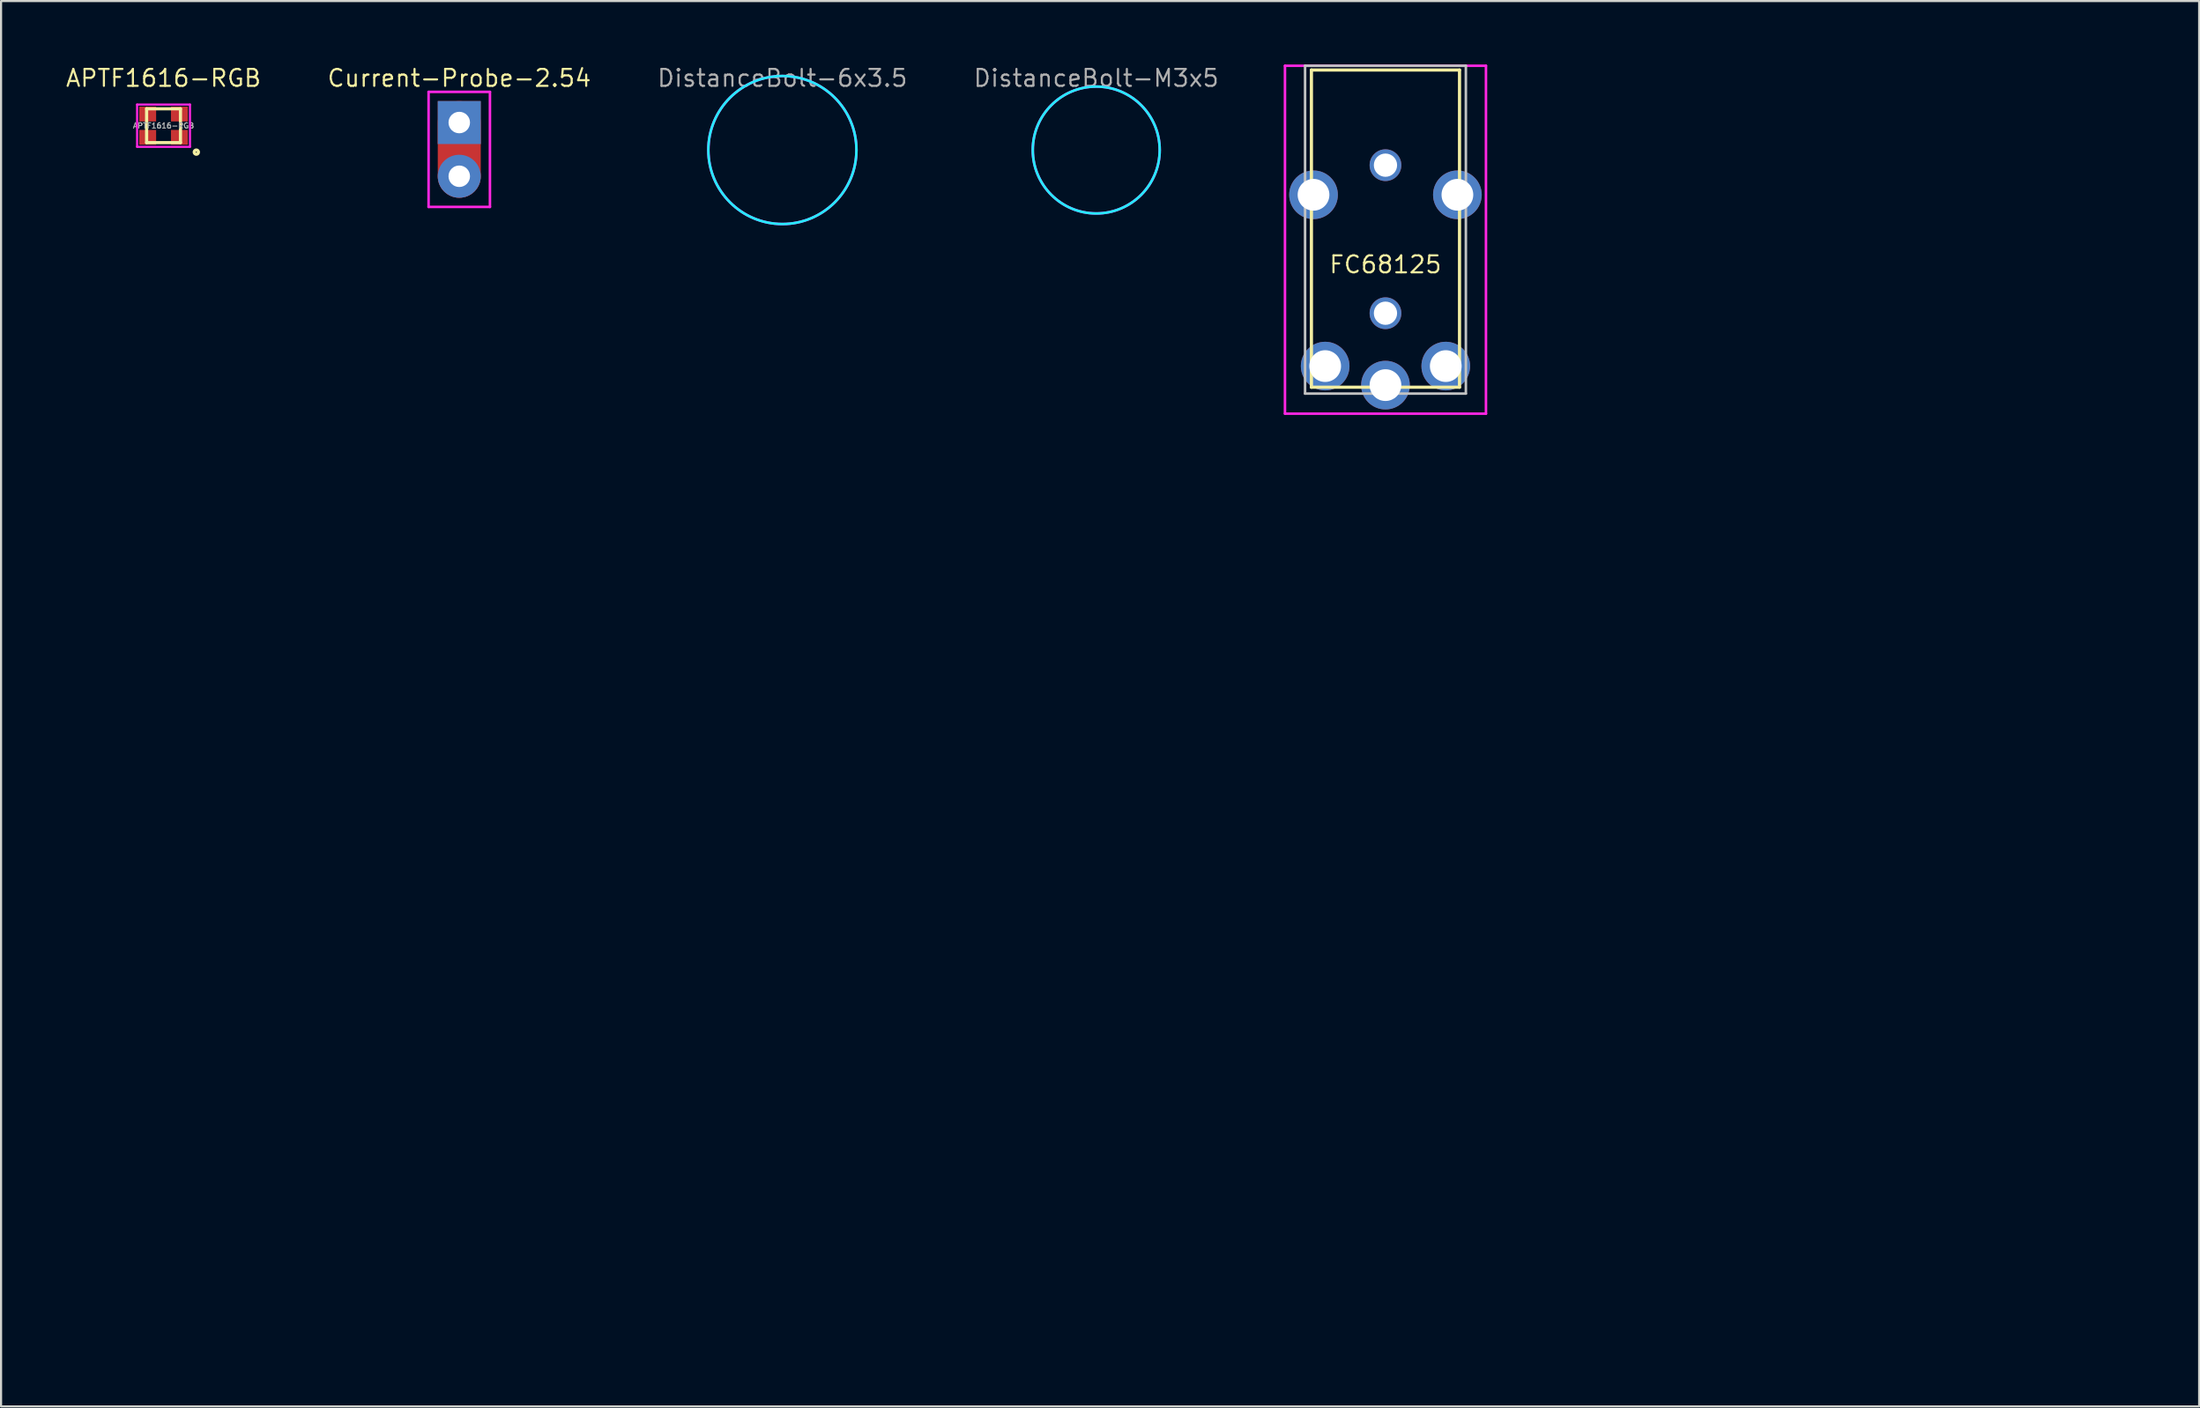
<source format=kicad_pcb>
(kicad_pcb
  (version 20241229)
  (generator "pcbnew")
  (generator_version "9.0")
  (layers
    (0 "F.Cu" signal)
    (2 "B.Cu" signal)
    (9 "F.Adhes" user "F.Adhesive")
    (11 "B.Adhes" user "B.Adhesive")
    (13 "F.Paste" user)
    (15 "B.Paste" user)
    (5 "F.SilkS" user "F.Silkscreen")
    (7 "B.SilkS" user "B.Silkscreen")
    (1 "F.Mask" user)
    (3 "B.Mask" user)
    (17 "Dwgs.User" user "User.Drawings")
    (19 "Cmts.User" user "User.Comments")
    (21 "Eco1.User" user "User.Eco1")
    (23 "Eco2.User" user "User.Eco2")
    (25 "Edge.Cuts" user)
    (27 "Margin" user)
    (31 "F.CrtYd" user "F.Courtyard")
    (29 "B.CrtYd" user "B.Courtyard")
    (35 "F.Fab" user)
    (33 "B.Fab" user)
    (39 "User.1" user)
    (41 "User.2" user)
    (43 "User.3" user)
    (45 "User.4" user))
  (footprint "DistanceBolt-6x3.5"
    (layer "F.Cu")
    (at 33.931 4.043)
    (property "Reference" "DistanceBolt-6x3.5" (at 0 -3.4 0) (layer "F.Fab") (effects (font (size 0.8 0.8) (thickness 0.1))))
    (attr through_hole)
    (fp_circle (center 0 0) (end 3.5 0) (stroke (width 0.12) (type solid)) (fill no) (layer "B.CrtYd"))
    (fp_circle (center 0 0) (end 3.5 0) (stroke (width 0.12) (type solid)) (fill no) (layer "F.CrtYd")))
  (footprint "FC68125"
    (layer "F.Cu")
    (at 62.437 11.76)
    (property "Reference" "FC68125" (at 0 -2.3 0) (layer "F.SilkS") (effects (font (size 0.8 0.8) (thickness 0.1))))
    (attr through_hole)
    (fp_line (start -3.5 -11.5) (end 3.5 -11.5) (stroke (width 0.15) (type solid)) (layer "F.SilkS"))
    (fp_line (start -3.5 3.5) (end -3.5 -11.5) (stroke (width 0.15) (type solid)) (layer "F.SilkS"))
    (fp_line (start 3.5 -11.5) (end 3.5 3.5) (stroke (width 0.15) (type solid)) (layer "F.SilkS"))
    (fp_line (start 3.5 3.5) (end -3.5 3.5) (stroke (width 0.15) (type solid)) (layer "F.SilkS"))
    (fp_line (start -3.8 -11.7) (end 3.8 -11.7) (stroke (width 0.12) (type solid)) (layer "Dwgs.User"))
    (fp_line (start -3.8 3.8) (end -3.8 -11.7) (stroke (width 0.12) (type solid)) (layer "Dwgs.User"))
    (fp_line (start 3.8 -11.7) (end 3.8 3.8) (stroke (width 0.12) (type solid)) (layer "Dwgs.User"))
    (fp_line (start 3.8 3.8) (end -3.8 3.8) (stroke (width 0.12) (type solid)) (layer "Dwgs.User"))
    (fp_line (start -4.75 -11.7) (end 4.75 -11.7) (stroke (width 0.12) (type solid)) (layer "F.CrtYd"))
    (fp_line (start -4.75 4.75) (end -4.75 -11.7) (stroke (width 0.12) (type solid)) (layer "F.CrtYd"))
    (fp_line (start 4.75 -11.7) (end 4.75 4.75) (stroke (width 0.12) (type solid)) (layer "F.CrtYd"))
    (fp_line (start 4.75 4.75) (end -4.75 4.75) (stroke (width 0.12) (type solid)) (layer "F.CrtYd"))
    (pad "" thru_hole circle (at 0 -7) (size 1.5 1.5) (drill 1.1) (layers "*.Cu" "*.Mask"))
    (pad "" thru_hole circle (at 0 0) (size 1.5 1.5) (drill 1.1) (layers "*.Cu" "*.Mask"))
    (pad "1" thru_hole circle (at 0 3.4) (size 2.3 2.3) (drill 1.5) (layers "*.Cu" "*.Mask"))
    (pad "2" thru_hole circle (at 2.85 2.5) (size 2.3 2.3) (drill 1.5) (layers "*.Cu" "*.Mask"))
    (pad "3" thru_hole circle (at -3.4 -5.6) (size 2.3 2.3) (drill 1.5) (layers "*.Cu" "*.Mask"))
    (pad "3" thru_hole circle (at 3.4 -5.6) (size 2.3 2.3) (drill 1.5) (layers "*.Cu" "*.Mask"))
    (pad "6" thru_hole circle (at -2.85 2.5) (size 2.3 2.3) (drill 1.5) (layers "*.Cu" "*.Mask")))
  (footprint "DistanceBolt-M3x5"
    (layer "F.Cu")
    (at 48.766 4.043)
    (property "Reference" "DistanceBolt-M3x5" (at 0 -3.4 0) (layer "F.Fab") (effects (font (size 0.8 0.8) (thickness 0.1))))
    (attr through_hole)
    (fp_circle (center 0 0) (end 3 0) (stroke (width 0.12) (type solid)) (fill no) (layer "B.CrtYd"))
    (fp_circle (center 0 0) (end 3 0) (stroke (width 0.12) (type solid)) (fill no) (layer "F.CrtYd")))
  (footprint "Keycap-R1-1x1"
    (layer "F.Cu")
    (at 70.375 30.225)
    (property "Reference" "Keycap-R1-1x1" (at 0 0.5 0) (layer "Eco1.User") (effects (font (size 0.8 0.8) (thickness 0.1))))
    (attr through_hole)
    (fp_line (start -9 -9) (end 9 -9) (stroke (width 0.15) (type solid)) (layer "Eco1.User"))
    (fp_line (start -9 9) (end -9 -9) (stroke (width 0.15) (type solid)) (layer "Eco1.User"))
    (fp_line (start -2 -6) (end 0 -8) (stroke (width 0.12) (type solid)) (layer "Eco1.User"))
    (fp_line (start 0 -8) (end 0 -2) (stroke (width 0.12) (type solid)) (layer "Eco1.User"))
    (fp_line (start 0 -8) (end 2 -6) (stroke (width 0.12) (type solid)) (layer "Eco1.User"))
    (fp_line (start 9 -9) (end 9 9) (stroke (width 0.15) (type solid)) (layer "Eco1.User"))
    (fp_line (start 9 9) (end -9 9) (stroke (width 0.15) (type solid)) (layer "Eco1.User")))
  (footprint "APTF1616-RGB"
    (layer "F.Cu")
    (at 4.68 2.893)
    (property "Reference" "APTF1616-RGB" (at 0 -2.25 0) (layer "F.SilkS") (effects (font (size 0.8 0.8) (thickness 0.1))))
    (attr smd)
    (fp_line (start -0.8 0.8) (end -0.8 -0.8) (stroke (width 0.15) (type solid)) (layer "F.SilkS"))
    (fp_line (start 0.8 -0.8) (end -0.8 -0.8) (stroke (width 0.15) (type solid)) (layer "F.SilkS"))
    (fp_line (start 0.8 -0.8) (end 0.8 0.8) (stroke (width 0.15) (type solid)) (layer "F.SilkS"))
    (fp_line (start 0.8 0.8) (end -0.8 0.8) (stroke (width 0.15) (type solid)) (layer "F.SilkS"))
    (fp_circle (center 1.55 1.25) (end 1.65 1.25) (stroke (width 0.15) (type solid)) (fill no) (layer "F.SilkS"))
    (fp_line (start -1.25 -1) (end 1.25 -1) (stroke (width 0.1) (type solid)) (layer "F.CrtYd"))
    (fp_line (start -1.25 1) (end -1.25 -1) (stroke (width 0.1) (type solid)) (layer "F.CrtYd"))
    (fp_line (start 1.25 -1) (end 1.25 1) (stroke (width 0.1) (type solid)) (layer "F.CrtYd"))
    (fp_line (start 1.25 1) (end -1.25 1) (stroke (width 0.1) (type solid)) (layer "F.CrtYd"))
    (fp_text user "${REFERENCE}" (at 0 0 0) (layer "F.Fab") (effects (font (size 0.25 0.25) (thickness 0.05))))
    (pad "1" smd rect (at 0.75 0.55) (size 0.8 0.7) (layers "F.Cu" "F.Mask" "F.Paste"))
    (pad "2" smd rect (at -0.75 0.55) (size 0.8 0.7) (layers "F.Cu" "F.Mask" "F.Paste"))
    (pad "3" smd rect (at -0.75 -0.55) (size 0.8 0.7) (layers "F.Cu" "F.Mask" "F.Paste"))
    (pad "4" smd rect (at 0.75 -0.55) (size 0.8 0.7) (layers "F.Cu" "F.Mask" "F.Paste")))
  (footprint "Keycap-R1-2x1"
    (layer "F.Cu")
    (at 72.975 51.375)
    (property "Reference" "Keycap-R1-2x1" (at 0 0.5 0) (layer "Eco1.User") (effects (font (size 0.8 0.8) (thickness 0.1))))
    (attr through_hole)
    (fp_line (start -18.5 -9) (end 18.5 -9) (stroke (width 0.15) (type solid)) (layer "Eco1.User"))
    (fp_line (start -18.5 9) (end -18.5 -9) (stroke (width 0.15) (type solid)) (layer "Eco1.User"))
    (fp_line (start -2 -6) (end 0 -8) (stroke (width 0.12) (type solid)) (layer "Eco1.User"))
    (fp_line (start 0 -8) (end 0 -2) (stroke (width 0.12) (type solid)) (layer "Eco1.User"))
    (fp_line (start 0 -8) (end 2 -6) (stroke (width 0.12) (type solid)) (layer "Eco1.User"))
    (fp_line (start 18.5 -9) (end 18.5 9) (stroke (width 0.15) (type solid)) (layer "Eco1.User"))
    (fp_line (start 18.5 9) (end -18.5 9) (stroke (width 0.15) (type solid)) (layer "Eco1.User")))
  (footprint "Keycap-R1-2.75x1"
    (layer "F.Cu")
    (at 25.7 51.375)
    (property "Reference" "Keycap-R1-2.75x1" (at 0 0.5 0) (layer "Eco1.User") (effects (font (size 0.8 0.8) (thickness 0.1))))
    (attr through_hole)
    (fp_line (start -25.625 -9) (end 25.625 -9) (stroke (width 0.15) (type solid)) (layer "Eco1.User"))
    (fp_line (start -25.625 9) (end -25.625 -9) (stroke (width 0.15) (type solid)) (layer "Eco1.User"))
    (fp_line (start -2 -6) (end 0 -8) (stroke (width 0.12) (type solid)) (layer "Eco1.User"))
    (fp_line (start 0 -8) (end 0 -2) (stroke (width 0.12) (type solid)) (layer "Eco1.User"))
    (fp_line (start 0 -8) (end 2 -6) (stroke (width 0.12) (type solid)) (layer "Eco1.User"))
    (fp_line (start 25.625 -9) (end 25.625 9) (stroke (width 0.15) (type solid)) (layer "Eco1.User"))
    (fp_line (start 25.625 9) (end -25.625 9) (stroke (width 0.15) (type solid)) (layer "Eco1.User")))
  (footprint "Keycap-R1-1.75x1"
    (layer "F.Cu")
    (at 42.1 30.225)
    (property "Reference" "Keycap-R1-1.75x1" (at 0 0.5 0) (layer "Eco1.User") (effects (font (size 0.8 0.8) (thickness 0.1))))
    (attr through_hole)
    (fp_line (start -16.125 -9) (end 16.125 -9) (stroke (width 0.15) (type solid)) (layer "Eco1.User"))
    (fp_line (start -16.125 9) (end -16.125 -9) (stroke (width 0.15) (type solid)) (layer "Eco1.User"))
    (fp_line (start -2 -6) (end 0 -8) (stroke (width 0.12) (type solid)) (layer "Eco1.User"))
    (fp_line (start 0 -8) (end 0 -2) (stroke (width 0.12) (type solid)) (layer "Eco1.User"))
    (fp_line (start 0 -8) (end 2 -6) (stroke (width 0.12) (type solid)) (layer "Eco1.User"))
    (fp_line (start 16.125 -9) (end 16.125 9) (stroke (width 0.15) (type solid)) (layer "Eco1.User"))
    (fp_line (start 16.125 9) (end -16.125 9) (stroke (width 0.15) (type solid)) (layer "Eco1.User")))
  (footprint "Current-Probe-2.54"
    (layer "F.Cu")
    (at 18.658 2.744)
    (property "Reference" "Current-Probe-2.54" (at 0 -2.1 0) (layer "F.SilkS") (effects (font (size 0.8 0.8) (thickness 0.1))))
    (attr through_hole)
    (fp_line (start 0 0) (end 0 2.54) (stroke (width 2.032) (type solid)) (layer "F.Cu"))
    (fp_line (start -1.45 3.99) (end -1.45 -1.45) (stroke (width 0.12) (type solid)) (layer "F.CrtYd"))
    (fp_line (start 1.45 -1.45) (end -1.45 -1.45) (stroke (width 0.12) (type solid)) (layer "F.CrtYd"))
    (fp_line (start 1.45 -1.45) (end 1.45 3.99) (stroke (width 0.12) (type solid)) (layer "F.CrtYd"))
    (fp_line (start 1.45 3.99) (end -1.45 3.99) (stroke (width 0.12) (type solid)) (layer "F.CrtYd"))
    (pad "1" thru_hole rect (at 0 0) (size 2.032 2.032) (drill 1.016) (layers "*.Cu" "*.Mask"))
    (pad "2" thru_hole oval (at 0 2.54) (size 2.032 2.032) (drill 1.016) (layers "*.Cu" "*.Mask")))
  (footprint "Keycap-R1-1.25x1"
    (layer "F.Cu")
    (at 11.45 30.225)
    (property "Reference" "Keycap-R1-1.25x1" (at 0 0.5 0) (layer "Eco1.User") (effects (font (size 0.8 0.8) (thickness 0.1))))
    (attr through_hole)
    (fp_line (start -11.375 -9) (end 11.375 -9) (stroke (width 0.15) (type solid)) (layer "Eco1.User"))
    (fp_line (start -11.375 9) (end -11.375 -9) (stroke (width 0.15) (type solid)) (layer "Eco1.User"))
    (fp_line (start -2 -6) (end 0 -8) (stroke (width 0.12) (type solid)) (layer "Eco1.User"))
    (fp_line (start 0 -8) (end 0 -2) (stroke (width 0.12) (type solid)) (layer "Eco1.User"))
    (fp_line (start 0 -8) (end 2 -6) (stroke (width 0.12) (type solid)) (layer "Eco1.User"))
    (fp_line (start 11.375 -9) (end 11.375 9) (stroke (width 0.15) (type solid)) (layer "Eco1.User"))
    (fp_line (start 11.375 9) (end -11.375 9) (stroke (width 0.15) (type solid)) (layer "Eco1.User")))
  (footprint "Keycap-R1-1.5x1"
    (layer "F.Cu")
    (at 84.072 9.075)
    (property "Reference" "Keycap-R1-1.5x1" (at 0 0.5 0) (layer "Eco1.User") (effects (font (size 0.8 0.8) (thickness 0.1))))
    (attr through_hole)
    (fp_line (start -13.75 -9) (end 13.75 -9) (stroke (width 0.15) (type solid)) (layer "Eco1.User"))
    (fp_line (start -13.75 9) (end -13.75 -9) (stroke (width 0.15) (type solid)) (layer "Eco1.User"))
    (fp_line (start -2 -6) (end 0 -8) (stroke (width 0.12) (type solid)) (layer "Eco1.User"))
    (fp_line (start 0 -8) (end 0 -2) (stroke (width 0.12) (type solid)) (layer "Eco1.User"))
    (fp_line (start 0 -8) (end 2 -6) (stroke (width 0.12) (type solid)) (layer "Eco1.User"))
    (fp_line (start 13.75 -9) (end 13.75 9) (stroke (width 0.15) (type solid)) (layer "Eco1.User"))
    (fp_line (start 13.75 9) (end -13.75 9) (stroke (width 0.15) (type solid)) (layer "Eco1.User")))
  (gr_rect
    (start -3 -3)
    (end 100.897 63.45)
    (stroke (width 0.1) (type default))
    (fill no)
    (layer "Edge.Cuts")))
</source>
